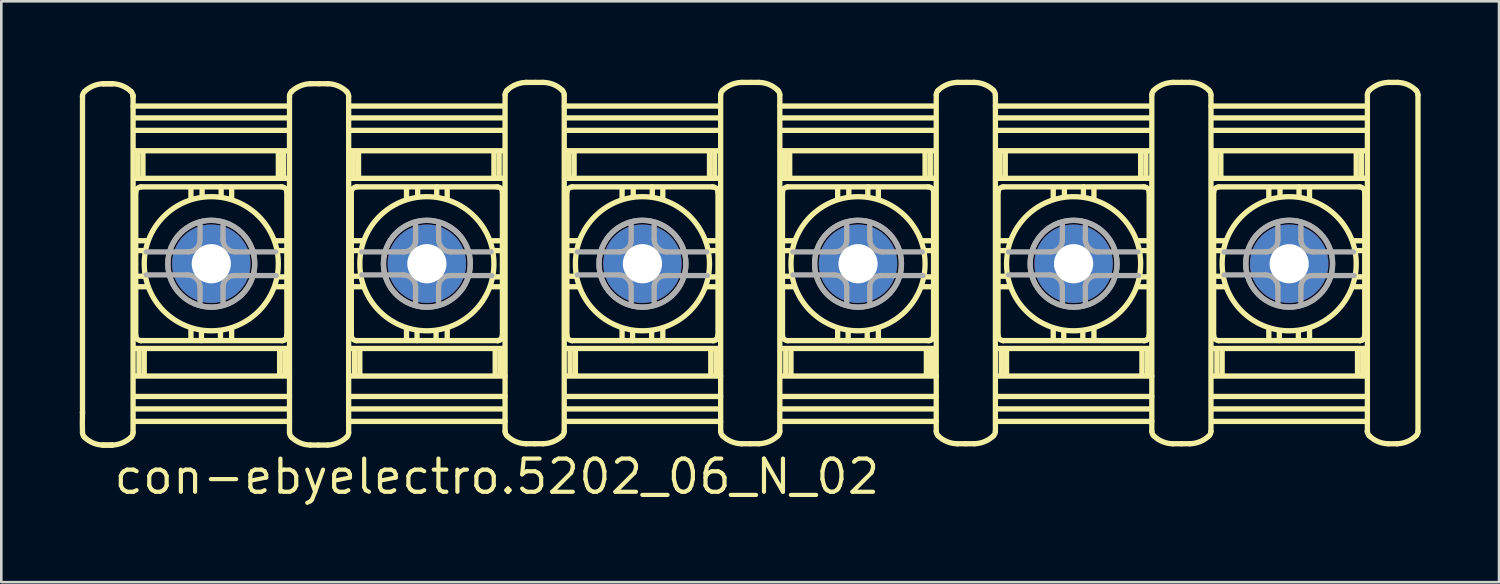
<source format=kicad_pcb>
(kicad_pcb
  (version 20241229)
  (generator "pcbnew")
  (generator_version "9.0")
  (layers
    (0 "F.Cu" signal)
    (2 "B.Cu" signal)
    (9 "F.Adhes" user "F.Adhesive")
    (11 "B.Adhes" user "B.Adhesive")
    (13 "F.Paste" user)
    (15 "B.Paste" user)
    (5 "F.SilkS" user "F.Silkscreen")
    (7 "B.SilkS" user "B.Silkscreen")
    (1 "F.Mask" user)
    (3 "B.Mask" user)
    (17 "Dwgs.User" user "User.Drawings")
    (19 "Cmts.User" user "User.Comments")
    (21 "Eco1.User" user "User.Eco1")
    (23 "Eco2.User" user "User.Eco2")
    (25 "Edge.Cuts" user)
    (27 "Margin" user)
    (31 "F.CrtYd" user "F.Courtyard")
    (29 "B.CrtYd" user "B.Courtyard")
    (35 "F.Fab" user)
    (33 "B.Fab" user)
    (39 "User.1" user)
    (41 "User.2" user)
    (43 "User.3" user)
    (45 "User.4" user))
  (footprint "con-ebyelectro.5202_06_N_02"
    (layer "F.Cu")
    (at 25.661 7.043)
    (property "Reference" "con-ebyelectro.5202_06_N_02" (at -24.435 8.89 0) (layer "F.SilkS") (effects (font (size 1.27 1.27) (thickness 0.16)) (justify left bottom)))
    (attr through_hole)
    (fp_line (start -25.554 -6.411) (end -25.554 5.682) (stroke (width 0.203) (type default)) (layer "F.SilkS"))
    (fp_line (start -25.554 5.682) (end -25.554 5.707) (stroke (width 0.203) (type default)) (layer "F.SilkS"))
    (fp_line (start -23.618 -6.411) (end -23.618 -6.436) (stroke (width 0.203) (type default)) (layer "F.SilkS"))
    (fp_line (start -23.618 6.461) (end -23.618 -6.411) (stroke (width 0.203) (type default)) (layer "F.SilkS"))
    (fp_line (start -23.592 3.243) (end -17.683 3.243) (stroke (width 0.203) (type default)) (layer "F.SilkS"))
    (fp_line (start -23.592 4.299) (end -17.633 4.299) (stroke (width 0.203) (type default)) (layer "F.SilkS"))
    (fp_line (start -23.592 5.079) (end -17.633 5.079) (stroke (width 0.203) (type default)) (layer "F.SilkS"))
    (fp_line (start -23.592 5.556) (end -17.658 5.556) (stroke (width 0.203) (type default)) (layer "F.SilkS"))
    (fp_line (start -23.592 6.034) (end -17.633 6.034) (stroke (width 0.203) (type default)) (layer "F.SilkS"))
    (fp_line (start -23.567 0.88) (end -23.064 0.88) (stroke (width 0.203) (type default)) (layer "F.SilkS"))
    (fp_line (start -23.516 -2.741) (end -23.516 2.74) (stroke (width 0.203) (type default)) (layer "F.SilkS"))
    (fp_line (start -23.491 -0.88) (end -23.064 -0.88) (stroke (width 0.203) (type default)) (layer "F.SilkS"))
    (fp_line (start -23.491 -0.503) (end -23.164 -0.503) (stroke (width 0.203) (type default)) (layer "F.SilkS"))
    (fp_line (start -23.491 0.478) (end -23.164 0.478) (stroke (width 0.203) (type default)) (layer "F.SilkS"))
    (fp_line (start -23.439 -3.319) (end -23.439 -4.299) (stroke (width 0.203) (type default)) (layer "F.SilkS"))
    (fp_line (start -23.391 3.268) (end -23.391 4.274) (stroke (width 0.203) (type default)) (layer "F.SilkS"))
    (fp_line (start -23.315 2.942) (end -23.315 2.942) (stroke (width 0.203) (type default)) (layer "F.SilkS"))
    (fp_line (start -23.315 2.942) (end -17.91 2.942) (stroke (width 0.203) (type default)) (layer "F.SilkS"))
    (fp_line (start -23.24 -3.294) (end -23.24 -4.274) (stroke (width 0.203) (type default)) (layer "F.SilkS"))
    (fp_line (start -23.191 3.293) (end -23.191 4.274) (stroke (width 0.203) (type default)) (layer "F.SilkS"))
    (fp_line (start -21.404 -2.464) (end -21.404 -2.917) (stroke (width 0.203) (type default)) (layer "F.SilkS"))
    (fp_line (start -21.404 2.917) (end -21.404 2.489) (stroke (width 0.203) (type default)) (layer "F.SilkS"))
    (fp_line (start -21.002 2.942) (end -21.002 2.564) (stroke (width 0.203) (type default)) (layer "F.SilkS"))
    (fp_line (start -20.977 -2.564) (end -20.977 -2.917) (stroke (width 0.203) (type default)) (layer "F.SilkS"))
    (fp_line (start -20.273 2.564) (end -20.273 2.917) (stroke (width 0.203) (type default)) (layer "F.SilkS"))
    (fp_line (start -20.248 -2.942) (end -20.248 -2.564) (stroke (width 0.203) (type default)) (layer "F.SilkS"))
    (fp_line (start -19.846 -2.917) (end -19.846 -2.489) (stroke (width 0.203) (type default)) (layer "F.SilkS"))
    (fp_line (start -19.846 2.464) (end -19.846 2.917) (stroke (width 0.203) (type default)) (layer "F.SilkS"))
    (fp_line (start -18.059 -3.319) (end -18.059 -4.274) (stroke (width 0.203) (type default)) (layer "F.SilkS"))
    (fp_line (start -18.01 3.294) (end -18.01 4.274) (stroke (width 0.203) (type default)) (layer "F.SilkS"))
    (fp_line (start -17.936 -2.942) (end -23.317 -2.942) (stroke (width 0.203) (type default)) (layer "F.SilkS"))
    (fp_line (start -17.859 -3.294) (end -17.859 -4.249) (stroke (width 0.203) (type default)) (layer "F.SilkS"))
    (fp_line (start -17.811 3.293) (end -17.811 4.274) (stroke (width 0.203) (type default)) (layer "F.SilkS"))
    (fp_line (start -17.759 -0.88) (end -18.186 -0.88) (stroke (width 0.203) (type default)) (layer "F.SilkS"))
    (fp_line (start -17.759 -0.503) (end -18.061 -0.503) (stroke (width 0.203) (type default)) (layer "F.SilkS"))
    (fp_line (start -17.759 0.503) (end -18.086 0.503) (stroke (width 0.203) (type default)) (layer "F.SilkS"))
    (fp_line (start -17.759 0.88) (end -18.186 0.88) (stroke (width 0.203) (type default)) (layer "F.SilkS"))
    (fp_line (start -17.734 2.766) (end -17.734 -2.74) (stroke (width 0.203) (type default)) (layer "F.SilkS"))
    (fp_line (start -17.682 -5.581) (end -23.59 -5.581) (stroke (width 0.203) (type default)) (layer "F.SilkS"))
    (fp_line (start -17.682 -5.104) (end -23.59 -5.104) (stroke (width 0.203) (type default)) (layer "F.SilkS"))
    (fp_line (start -17.682 -4.324) (end -23.59 -4.324) (stroke (width 0.203) (type default)) (layer "F.SilkS"))
    (fp_line (start -17.682 -3.268) (end -23.54 -3.268) (stroke (width 0.203) (type default)) (layer "F.SilkS"))
    (fp_line (start -17.658 -6.034) (end -23.617 -6.034) (stroke (width 0.203) (type default)) (layer "F.SilkS"))
    (fp_line (start -17.632 -6.411) (end -17.632 6.462) (stroke (width 0.203) (type default)) (layer "F.SilkS"))
    (fp_line (start -15.368 6.461) (end -15.368 -6.411) (stroke (width 0.203) (type default)) (layer "F.SilkS"))
    (fp_line (start -15.342 3.243) (end -9.433 3.243) (stroke (width 0.203) (type default)) (layer "F.SilkS"))
    (fp_line (start -15.342 4.299) (end -9.383 4.299) (stroke (width 0.203) (type default)) (layer "F.SilkS"))
    (fp_line (start -15.342 5.079) (end -9.383 5.079) (stroke (width 0.203) (type default)) (layer "F.SilkS"))
    (fp_line (start -15.342 5.556) (end -9.408 5.556) (stroke (width 0.203) (type default)) (layer "F.SilkS"))
    (fp_line (start -15.342 6.034) (end -9.383 6.034) (stroke (width 0.203) (type default)) (layer "F.SilkS"))
    (fp_line (start -15.317 0.88) (end -14.814 0.88) (stroke (width 0.203) (type default)) (layer "F.SilkS"))
    (fp_line (start -15.266 -2.741) (end -15.266 2.74) (stroke (width 0.203) (type default)) (layer "F.SilkS"))
    (fp_line (start -15.241 -0.88) (end -14.814 -0.88) (stroke (width 0.203) (type default)) (layer "F.SilkS"))
    (fp_line (start -15.241 -0.503) (end -14.914 -0.503) (stroke (width 0.203) (type default)) (layer "F.SilkS"))
    (fp_line (start -15.241 0.478) (end -14.914 0.478) (stroke (width 0.203) (type default)) (layer "F.SilkS"))
    (fp_line (start -15.19 -3.319) (end -15.19 -4.299) (stroke (width 0.203) (type default)) (layer "F.SilkS"))
    (fp_line (start -15.141 3.268) (end -15.141 4.274) (stroke (width 0.203) (type default)) (layer "F.SilkS"))
    (fp_line (start -15.065 2.942) (end -15.065 2.942) (stroke (width 0.203) (type default)) (layer "F.SilkS"))
    (fp_line (start -15.065 2.942) (end -9.66 2.942) (stroke (width 0.203) (type default)) (layer "F.SilkS"))
    (fp_line (start -14.99 -3.294) (end -14.99 -4.274) (stroke (width 0.203) (type default)) (layer "F.SilkS"))
    (fp_line (start -14.941 3.293) (end -14.941 4.274) (stroke (width 0.203) (type default)) (layer "F.SilkS"))
    (fp_line (start -13.154 -2.464) (end -13.154 -2.917) (stroke (width 0.203) (type default)) (layer "F.SilkS"))
    (fp_line (start -13.154 2.917) (end -13.154 2.489) (stroke (width 0.203) (type default)) (layer "F.SilkS"))
    (fp_line (start -12.752 2.942) (end -12.752 2.564) (stroke (width 0.203) (type default)) (layer "F.SilkS"))
    (fp_line (start -12.727 -2.564) (end -12.727 -2.917) (stroke (width 0.203) (type default)) (layer "F.SilkS"))
    (fp_line (start -12.023 2.564) (end -12.023 2.917) (stroke (width 0.203) (type default)) (layer "F.SilkS"))
    (fp_line (start -11.998 -2.942) (end -11.998 -2.564) (stroke (width 0.203) (type default)) (layer "F.SilkS"))
    (fp_line (start -11.596 -2.917) (end -11.596 -2.489) (stroke (width 0.203) (type default)) (layer "F.SilkS"))
    (fp_line (start -11.596 2.464) (end -11.596 2.917) (stroke (width 0.203) (type default)) (layer "F.SilkS"))
    (fp_line (start -9.809 -3.319) (end -9.809 -4.274) (stroke (width 0.203) (type default)) (layer "F.SilkS"))
    (fp_line (start -9.76 3.294) (end -9.76 4.274) (stroke (width 0.203) (type default)) (layer "F.SilkS"))
    (fp_line (start -9.686 -2.942) (end -15.067 -2.942) (stroke (width 0.203) (type default)) (layer "F.SilkS"))
    (fp_line (start -9.609 -3.294) (end -9.609 -4.249) (stroke (width 0.203) (type default)) (layer "F.SilkS"))
    (fp_line (start -9.56 3.293) (end -9.56 4.274) (stroke (width 0.203) (type default)) (layer "F.SilkS"))
    (fp_line (start -9.509 -0.88) (end -9.936 -0.88) (stroke (width 0.203) (type default)) (layer "F.SilkS"))
    (fp_line (start -9.509 -0.503) (end -9.81 -0.503) (stroke (width 0.203) (type default)) (layer "F.SilkS"))
    (fp_line (start -9.509 0.503) (end -9.836 0.503) (stroke (width 0.203) (type default)) (layer "F.SilkS"))
    (fp_line (start -9.509 0.88) (end -9.936 0.88) (stroke (width 0.203) (type default)) (layer "F.SilkS"))
    (fp_line (start -9.484 2.766) (end -9.484 -2.74) (stroke (width 0.203) (type default)) (layer "F.SilkS"))
    (fp_line (start -9.432 -5.581) (end -15.34 -5.581) (stroke (width 0.203) (type default)) (layer "F.SilkS"))
    (fp_line (start -9.432 -5.104) (end -15.34 -5.104) (stroke (width 0.203) (type default)) (layer "F.SilkS"))
    (fp_line (start -9.432 -4.324) (end -15.34 -4.324) (stroke (width 0.203) (type default)) (layer "F.SilkS"))
    (fp_line (start -9.432 -3.268) (end -15.29 -3.268) (stroke (width 0.203) (type default)) (layer "F.SilkS"))
    (fp_line (start -9.408 -6.034) (end -15.367 -6.034) (stroke (width 0.203) (type default)) (layer "F.SilkS"))
    (fp_line (start -9.382 -6.461) (end -9.382 6.411) (stroke (width 0.203) (type default)) (layer "F.SilkS"))
    (fp_line (start -7.118 6.411) (end -7.118 -6.462) (stroke (width 0.203) (type default)) (layer "F.SilkS"))
    (fp_line (start -7.092 3.243) (end -1.183 3.243) (stroke (width 0.203) (type default)) (layer "F.SilkS"))
    (fp_line (start -7.092 4.299) (end -1.133 4.299) (stroke (width 0.203) (type default)) (layer "F.SilkS"))
    (fp_line (start -7.092 5.079) (end -1.133 5.079) (stroke (width 0.203) (type default)) (layer "F.SilkS"))
    (fp_line (start -7.092 5.556) (end -1.158 5.556) (stroke (width 0.203) (type default)) (layer "F.SilkS"))
    (fp_line (start -7.092 6.034) (end -1.133 6.034) (stroke (width 0.203) (type default)) (layer "F.SilkS"))
    (fp_line (start -7.067 0.88) (end -6.564 0.88) (stroke (width 0.203) (type default)) (layer "F.SilkS"))
    (fp_line (start -7.016 -2.741) (end -7.016 2.74) (stroke (width 0.203) (type default)) (layer "F.SilkS"))
    (fp_line (start -6.991 -0.88) (end -6.564 -0.88) (stroke (width 0.203) (type default)) (layer "F.SilkS"))
    (fp_line (start -6.991 -0.503) (end -6.664 -0.503) (stroke (width 0.203) (type default)) (layer "F.SilkS"))
    (fp_line (start -6.991 0.478) (end -6.664 0.478) (stroke (width 0.203) (type default)) (layer "F.SilkS"))
    (fp_line (start -6.939 -3.319) (end -6.939 -4.299) (stroke (width 0.203) (type default)) (layer "F.SilkS"))
    (fp_line (start -6.891 3.268) (end -6.891 4.274) (stroke (width 0.203) (type default)) (layer "F.SilkS"))
    (fp_line (start -6.815 2.942) (end -6.815 2.942) (stroke (width 0.203) (type default)) (layer "F.SilkS"))
    (fp_line (start -6.815 2.942) (end -1.41 2.942) (stroke (width 0.203) (type default)) (layer "F.SilkS"))
    (fp_line (start -6.74 -3.294) (end -6.74 -4.274) (stroke (width 0.203) (type default)) (layer "F.SilkS"))
    (fp_line (start -6.691 3.293) (end -6.691 4.274) (stroke (width 0.203) (type default)) (layer "F.SilkS"))
    (fp_line (start -4.904 -2.464) (end -4.904 -2.917) (stroke (width 0.203) (type default)) (layer "F.SilkS"))
    (fp_line (start -4.904 2.917) (end -4.904 2.489) (stroke (width 0.203) (type default)) (layer "F.SilkS"))
    (fp_line (start -4.502 2.942) (end -4.502 2.564) (stroke (width 0.203) (type default)) (layer "F.SilkS"))
    (fp_line (start -4.477 -2.564) (end -4.477 -2.917) (stroke (width 0.203) (type default)) (layer "F.SilkS"))
    (fp_line (start -3.773 2.564) (end -3.773 2.917) (stroke (width 0.203) (type default)) (layer "F.SilkS"))
    (fp_line (start -3.748 -2.942) (end -3.748 -2.564) (stroke (width 0.203) (type default)) (layer "F.SilkS"))
    (fp_line (start -3.346 -2.917) (end -3.346 -2.489) (stroke (width 0.203) (type default)) (layer "F.SilkS"))
    (fp_line (start -3.346 2.464) (end -3.346 2.917) (stroke (width 0.203) (type default)) (layer "F.SilkS"))
    (fp_line (start -1.559 -3.319) (end -1.559 -4.274) (stroke (width 0.203) (type default)) (layer "F.SilkS"))
    (fp_line (start -1.51 3.294) (end -1.51 4.274) (stroke (width 0.203) (type default)) (layer "F.SilkS"))
    (fp_line (start -1.436 -2.942) (end -6.817 -2.942) (stroke (width 0.203) (type default)) (layer "F.SilkS"))
    (fp_line (start -1.359 -3.294) (end -1.359 -4.249) (stroke (width 0.203) (type default)) (layer "F.SilkS"))
    (fp_line (start -1.31 3.293) (end -1.31 4.274) (stroke (width 0.203) (type default)) (layer "F.SilkS"))
    (fp_line (start -1.259 -0.88) (end -1.686 -0.88) (stroke (width 0.203) (type default)) (layer "F.SilkS"))
    (fp_line (start -1.259 -0.503) (end -1.56 -0.503) (stroke (width 0.203) (type default)) (layer "F.SilkS"))
    (fp_line (start -1.259 0.503) (end -1.586 0.503) (stroke (width 0.203) (type default)) (layer "F.SilkS"))
    (fp_line (start -1.259 0.88) (end -1.686 0.88) (stroke (width 0.203) (type default)) (layer "F.SilkS"))
    (fp_line (start -1.234 2.766) (end -1.234 -2.74) (stroke (width 0.203) (type default)) (layer "F.SilkS"))
    (fp_line (start -1.182 -5.581) (end -7.09 -5.581) (stroke (width 0.203) (type default)) (layer "F.SilkS"))
    (fp_line (start -1.182 -5.104) (end -7.09 -5.104) (stroke (width 0.203) (type default)) (layer "F.SilkS"))
    (fp_line (start -1.182 -4.324) (end -7.09 -4.324) (stroke (width 0.203) (type default)) (layer "F.SilkS"))
    (fp_line (start -1.182 -3.268) (end -7.04 -3.268) (stroke (width 0.203) (type default)) (layer "F.SilkS"))
    (fp_line (start -1.158 -6.034) (end -7.117 -6.034) (stroke (width 0.203) (type default)) (layer "F.SilkS"))
    (fp_line (start -1.132 -6.461) (end -1.132 6.411) (stroke (width 0.203) (type default)) (layer "F.SilkS"))
    (fp_line (start 1.132 6.411) (end 1.132 -6.462) (stroke (width 0.203) (type default)) (layer "F.SilkS"))
    (fp_line (start 1.158 3.243) (end 7.067 3.243) (stroke (width 0.203) (type default)) (layer "F.SilkS"))
    (fp_line (start 1.158 4.299) (end 7.117 4.299) (stroke (width 0.203) (type default)) (layer "F.SilkS"))
    (fp_line (start 1.158 5.079) (end 7.117 5.079) (stroke (width 0.203) (type default)) (layer "F.SilkS"))
    (fp_line (start 1.158 5.556) (end 7.092 5.556) (stroke (width 0.203) (type default)) (layer "F.SilkS"))
    (fp_line (start 1.158 6.034) (end 7.117 6.034) (stroke (width 0.203) (type default)) (layer "F.SilkS"))
    (fp_line (start 1.183 0.88) (end 1.686 0.88) (stroke (width 0.203) (type default)) (layer "F.SilkS"))
    (fp_line (start 1.234 -2.741) (end 1.234 2.74) (stroke (width 0.203) (type default)) (layer "F.SilkS"))
    (fp_line (start 1.259 -0.88) (end 1.686 -0.88) (stroke (width 0.203) (type default)) (layer "F.SilkS"))
    (fp_line (start 1.259 -0.503) (end 1.586 -0.503) (stroke (width 0.203) (type default)) (layer "F.SilkS"))
    (fp_line (start 1.259 0.478) (end 1.586 0.478) (stroke (width 0.203) (type default)) (layer "F.SilkS"))
    (fp_line (start 1.31 -3.319) (end 1.31 -4.299) (stroke (width 0.203) (type default)) (layer "F.SilkS"))
    (fp_line (start 1.359 3.268) (end 1.359 4.274) (stroke (width 0.203) (type default)) (layer "F.SilkS"))
    (fp_line (start 1.435 2.942) (end 1.435 2.942) (stroke (width 0.203) (type default)) (layer "F.SilkS"))
    (fp_line (start 1.435 2.942) (end 6.84 2.942) (stroke (width 0.203) (type default)) (layer "F.SilkS"))
    (fp_line (start 1.51 -3.294) (end 1.51 -4.274) (stroke (width 0.203) (type default)) (layer "F.SilkS"))
    (fp_line (start 1.559 3.293) (end 1.559 4.274) (stroke (width 0.203) (type default)) (layer "F.SilkS"))
    (fp_line (start 3.346 -2.464) (end 3.346 -2.917) (stroke (width 0.203) (type default)) (layer "F.SilkS"))
    (fp_line (start 3.346 2.917) (end 3.346 2.489) (stroke (width 0.203) (type default)) (layer "F.SilkS"))
    (fp_line (start 3.748 2.942) (end 3.748 2.564) (stroke (width 0.203) (type default)) (layer "F.SilkS"))
    (fp_line (start 3.773 -2.564) (end 3.773 -2.917) (stroke (width 0.203) (type default)) (layer "F.SilkS"))
    (fp_line (start 4.477 2.564) (end 4.477 2.917) (stroke (width 0.203) (type default)) (layer "F.SilkS"))
    (fp_line (start 4.502 -2.942) (end 4.502 -2.564) (stroke (width 0.203) (type default)) (layer "F.SilkS"))
    (fp_line (start 4.904 -2.917) (end 4.904 -2.489) (stroke (width 0.203) (type default)) (layer "F.SilkS"))
    (fp_line (start 4.904 2.464) (end 4.904 2.917) (stroke (width 0.203) (type default)) (layer "F.SilkS"))
    (fp_line (start 6.691 -3.319) (end 6.691 -4.274) (stroke (width 0.203) (type default)) (layer "F.SilkS"))
    (fp_line (start 6.74 3.294) (end 6.74 4.274) (stroke (width 0.203) (type default)) (layer "F.SilkS"))
    (fp_line (start 6.814 -2.942) (end 1.433 -2.942) (stroke (width 0.203) (type default)) (layer "F.SilkS"))
    (fp_line (start 6.891 -3.294) (end 6.891 -4.249) (stroke (width 0.203) (type default)) (layer "F.SilkS"))
    (fp_line (start 6.939 3.293) (end 6.939 4.274) (stroke (width 0.203) (type default)) (layer "F.SilkS"))
    (fp_line (start 6.991 -0.88) (end 6.564 -0.88) (stroke (width 0.203) (type default)) (layer "F.SilkS"))
    (fp_line (start 6.991 -0.503) (end 6.689 -0.503) (stroke (width 0.203) (type default)) (layer "F.SilkS"))
    (fp_line (start 6.991 0.503) (end 6.664 0.503) (stroke (width 0.203) (type default)) (layer "F.SilkS"))
    (fp_line (start 6.991 0.88) (end 6.564 0.88) (stroke (width 0.203) (type default)) (layer "F.SilkS"))
    (fp_line (start 7.016 2.766) (end 7.016 -2.74) (stroke (width 0.203) (type default)) (layer "F.SilkS"))
    (fp_line (start 7.068 -5.581) (end 1.16 -5.581) (stroke (width 0.203) (type default)) (layer "F.SilkS"))
    (fp_line (start 7.068 -5.104) (end 1.16 -5.104) (stroke (width 0.203) (type default)) (layer "F.SilkS"))
    (fp_line (start 7.068 -4.324) (end 1.16 -4.324) (stroke (width 0.203) (type default)) (layer "F.SilkS"))
    (fp_line (start 7.068 -3.268) (end 1.21 -3.268) (stroke (width 0.203) (type default)) (layer "F.SilkS"))
    (fp_line (start 7.092 -6.034) (end 1.133 -6.034) (stroke (width 0.203) (type default)) (layer "F.SilkS"))
    (fp_line (start 7.118 -6.461) (end 7.118 6.411) (stroke (width 0.203) (type default)) (layer "F.SilkS"))
    (fp_line (start 9.382 6.411) (end 9.382 -6.462) (stroke (width 0.203) (type default)) (layer "F.SilkS"))
    (fp_line (start 9.408 3.243) (end 15.317 3.243) (stroke (width 0.203) (type default)) (layer "F.SilkS"))
    (fp_line (start 9.408 4.299) (end 15.367 4.299) (stroke (width 0.203) (type default)) (layer "F.SilkS"))
    (fp_line (start 9.408 5.079) (end 15.367 5.079) (stroke (width 0.203) (type default)) (layer "F.SilkS"))
    (fp_line (start 9.408 5.556) (end 15.342 5.556) (stroke (width 0.203) (type default)) (layer "F.SilkS"))
    (fp_line (start 9.408 6.034) (end 15.367 6.034) (stroke (width 0.203) (type default)) (layer "F.SilkS"))
    (fp_line (start 9.433 0.88) (end 9.936 0.88) (stroke (width 0.203) (type default)) (layer "F.SilkS"))
    (fp_line (start 9.484 -2.741) (end 9.484 2.74) (stroke (width 0.203) (type default)) (layer "F.SilkS"))
    (fp_line (start 9.509 -0.88) (end 9.936 -0.88) (stroke (width 0.203) (type default)) (layer "F.SilkS"))
    (fp_line (start 9.509 -0.503) (end 9.836 -0.503) (stroke (width 0.203) (type default)) (layer "F.SilkS"))
    (fp_line (start 9.509 0.478) (end 9.836 0.478) (stroke (width 0.203) (type default)) (layer "F.SilkS"))
    (fp_line (start 9.56 -3.319) (end 9.56 -4.299) (stroke (width 0.203) (type default)) (layer "F.SilkS"))
    (fp_line (start 9.609 3.268) (end 9.609 4.274) (stroke (width 0.203) (type default)) (layer "F.SilkS"))
    (fp_line (start 9.685 2.942) (end 9.685 2.942) (stroke (width 0.203) (type default)) (layer "F.SilkS"))
    (fp_line (start 9.685 2.942) (end 15.09 2.942) (stroke (width 0.203) (type default)) (layer "F.SilkS"))
    (fp_line (start 9.76 -3.294) (end 9.76 -4.274) (stroke (width 0.203) (type default)) (layer "F.SilkS"))
    (fp_line (start 9.809 3.293) (end 9.809 4.274) (stroke (width 0.203) (type default)) (layer "F.SilkS"))
    (fp_line (start 11.596 -2.464) (end 11.596 -2.917) (stroke (width 0.203) (type default)) (layer "F.SilkS"))
    (fp_line (start 11.596 2.917) (end 11.596 2.489) (stroke (width 0.203) (type default)) (layer "F.SilkS"))
    (fp_line (start 11.998 2.942) (end 11.998 2.564) (stroke (width 0.203) (type default)) (layer "F.SilkS"))
    (fp_line (start 12.023 -2.564) (end 12.023 -2.917) (stroke (width 0.203) (type default)) (layer "F.SilkS"))
    (fp_line (start 12.727 2.564) (end 12.727 2.917) (stroke (width 0.203) (type default)) (layer "F.SilkS"))
    (fp_line (start 12.752 -2.942) (end 12.752 -2.564) (stroke (width 0.203) (type default)) (layer "F.SilkS"))
    (fp_line (start 13.154 -2.917) (end 13.154 -2.489) (stroke (width 0.203) (type default)) (layer "F.SilkS"))
    (fp_line (start 13.154 2.464) (end 13.154 2.917) (stroke (width 0.203) (type default)) (layer "F.SilkS"))
    (fp_line (start 14.941 -3.319) (end 14.941 -4.274) (stroke (width 0.203) (type default)) (layer "F.SilkS"))
    (fp_line (start 14.99 3.294) (end 14.99 4.274) (stroke (width 0.203) (type default)) (layer "F.SilkS"))
    (fp_line (start 15.064 -2.942) (end 9.683 -2.942) (stroke (width 0.203) (type default)) (layer "F.SilkS"))
    (fp_line (start 15.141 -3.294) (end 15.141 -4.249) (stroke (width 0.203) (type default)) (layer "F.SilkS"))
    (fp_line (start 15.19 3.293) (end 15.19 4.274) (stroke (width 0.203) (type default)) (layer "F.SilkS"))
    (fp_line (start 15.241 -0.88) (end 14.814 -0.88) (stroke (width 0.203) (type default)) (layer "F.SilkS"))
    (fp_line (start 15.241 -0.503) (end 14.94 -0.503) (stroke (width 0.203) (type default)) (layer "F.SilkS"))
    (fp_line (start 15.241 0.503) (end 14.914 0.503) (stroke (width 0.203) (type default)) (layer "F.SilkS"))
    (fp_line (start 15.241 0.88) (end 14.814 0.88) (stroke (width 0.203) (type default)) (layer "F.SilkS"))
    (fp_line (start 15.266 2.766) (end 15.266 -2.74) (stroke (width 0.203) (type default)) (layer "F.SilkS"))
    (fp_line (start 15.318 -5.581) (end 9.41 -5.581) (stroke (width 0.203) (type default)) (layer "F.SilkS"))
    (fp_line (start 15.318 -5.104) (end 9.41 -5.104) (stroke (width 0.203) (type default)) (layer "F.SilkS"))
    (fp_line (start 15.318 -4.324) (end 9.41 -4.324) (stroke (width 0.203) (type default)) (layer "F.SilkS"))
    (fp_line (start 15.318 -3.268) (end 9.46 -3.268) (stroke (width 0.203) (type default)) (layer "F.SilkS"))
    (fp_line (start 15.342 -6.034) (end 9.383 -6.034) (stroke (width 0.203) (type default)) (layer "F.SilkS"))
    (fp_line (start 15.368 -6.461) (end 15.368 6.411) (stroke (width 0.203) (type default)) (layer "F.SilkS"))
    (fp_line (start 17.632 6.411) (end 17.632 -6.462) (stroke (width 0.203) (type default)) (layer "F.SilkS"))
    (fp_line (start 17.658 3.243) (end 23.567 3.243) (stroke (width 0.203) (type default)) (layer "F.SilkS"))
    (fp_line (start 17.658 4.299) (end 23.617 4.299) (stroke (width 0.203) (type default)) (layer "F.SilkS"))
    (fp_line (start 17.658 5.079) (end 23.617 5.079) (stroke (width 0.203) (type default)) (layer "F.SilkS"))
    (fp_line (start 17.658 5.556) (end 23.592 5.556) (stroke (width 0.203) (type default)) (layer "F.SilkS"))
    (fp_line (start 17.658 6.034) (end 23.617 6.034) (stroke (width 0.203) (type default)) (layer "F.SilkS"))
    (fp_line (start 17.683 0.88) (end 18.186 0.88) (stroke (width 0.203) (type default)) (layer "F.SilkS"))
    (fp_line (start 17.734 -2.741) (end 17.734 2.74) (stroke (width 0.203) (type default)) (layer "F.SilkS"))
    (fp_line (start 17.759 -0.88) (end 18.186 -0.88) (stroke (width 0.203) (type default)) (layer "F.SilkS"))
    (fp_line (start 17.759 -0.503) (end 18.086 -0.503) (stroke (width 0.203) (type default)) (layer "F.SilkS"))
    (fp_line (start 17.759 0.478) (end 18.086 0.478) (stroke (width 0.203) (type default)) (layer "F.SilkS"))
    (fp_line (start 17.811 -3.319) (end 17.811 -4.299) (stroke (width 0.203) (type default)) (layer "F.SilkS"))
    (fp_line (start 17.859 3.268) (end 17.859 4.274) (stroke (width 0.203) (type default)) (layer "F.SilkS"))
    (fp_line (start 17.935 2.942) (end 17.935 2.942) (stroke (width 0.203) (type default)) (layer "F.SilkS"))
    (fp_line (start 17.935 2.942) (end 23.34 2.942) (stroke (width 0.203) (type default)) (layer "F.SilkS"))
    (fp_line (start 18.01 -3.294) (end 18.01 -4.274) (stroke (width 0.203) (type default)) (layer "F.SilkS"))
    (fp_line (start 18.059 3.293) (end 18.059 4.274) (stroke (width 0.203) (type default)) (layer "F.SilkS"))
    (fp_line (start 19.846 -2.464) (end 19.846 -2.917) (stroke (width 0.203) (type default)) (layer "F.SilkS"))
    (fp_line (start 19.846 2.917) (end 19.846 2.489) (stroke (width 0.203) (type default)) (layer "F.SilkS"))
    (fp_line (start 20.248 2.942) (end 20.248 2.564) (stroke (width 0.203) (type default)) (layer "F.SilkS"))
    (fp_line (start 20.273 -2.564) (end 20.273 -2.917) (stroke (width 0.203) (type default)) (layer "F.SilkS"))
    (fp_line (start 20.977 2.564) (end 20.977 2.917) (stroke (width 0.203) (type default)) (layer "F.SilkS"))
    (fp_line (start 21.002 -2.942) (end 21.002 -2.564) (stroke (width 0.203) (type default)) (layer "F.SilkS"))
    (fp_line (start 21.404 -2.917) (end 21.404 -2.489) (stroke (width 0.203) (type default)) (layer "F.SilkS"))
    (fp_line (start 21.404 2.464) (end 21.404 2.917) (stroke (width 0.203) (type default)) (layer "F.SilkS"))
    (fp_line (start 23.191 -3.319) (end 23.191 -4.274) (stroke (width 0.203) (type default)) (layer "F.SilkS"))
    (fp_line (start 23.24 3.294) (end 23.24 4.274) (stroke (width 0.203) (type default)) (layer "F.SilkS"))
    (fp_line (start 23.314 -2.942) (end 17.933 -2.942) (stroke (width 0.203) (type default)) (layer "F.SilkS"))
    (fp_line (start 23.391 -3.294) (end 23.391 -4.249) (stroke (width 0.203) (type default)) (layer "F.SilkS"))
    (fp_line (start 23.439 3.293) (end 23.439 4.274) (stroke (width 0.203) (type default)) (layer "F.SilkS"))
    (fp_line (start 23.491 -0.88) (end 23.064 -0.88) (stroke (width 0.203) (type default)) (layer "F.SilkS"))
    (fp_line (start 23.491 -0.503) (end 23.189 -0.503) (stroke (width 0.203) (type default)) (layer "F.SilkS"))
    (fp_line (start 23.491 0.503) (end 23.164 0.503) (stroke (width 0.203) (type default)) (layer "F.SilkS"))
    (fp_line (start 23.491 0.88) (end 23.064 0.88) (stroke (width 0.203) (type default)) (layer "F.SilkS"))
    (fp_line (start 23.516 2.766) (end 23.516 -2.74) (stroke (width 0.203) (type default)) (layer "F.SilkS"))
    (fp_line (start 23.568 -5.581) (end 17.66 -5.581) (stroke (width 0.203) (type default)) (layer "F.SilkS"))
    (fp_line (start 23.568 -5.104) (end 17.66 -5.104) (stroke (width 0.203) (type default)) (layer "F.SilkS"))
    (fp_line (start 23.568 -4.324) (end 17.66 -4.324) (stroke (width 0.203) (type default)) (layer "F.SilkS"))
    (fp_line (start 23.568 -3.268) (end 17.71 -3.268) (stroke (width 0.203) (type default)) (layer "F.SilkS"))
    (fp_line (start 23.592 -6.034) (end 17.633 -6.034) (stroke (width 0.203) (type default)) (layer "F.SilkS"))
    (fp_line (start 23.618 -6.461) (end 23.618 6.411) (stroke (width 0.203) (type default)) (layer "F.SilkS"))
    (fp_line (start 23.618 6.411) (end 23.618 6.436) (stroke (width 0.203) (type default)) (layer "F.SilkS"))
    (fp_line (start 25.554 6.411) (end 25.554 -6.461) (stroke (width 0.203) (type default)) (layer "F.SilkS"))
    (fp_arc (start -25.5543 -6.4114) (mid -25.53464 -6.507115) (end -25.4788 -6.5873) (stroke (width 0.2032) (type default)) (layer "F.SilkS"))
    (fp_arc (start -25.5543 6.4614) (mid -25.559282 6.0717) (end -25.5543 5.682) (stroke (width 0.2032) (type default)) (layer "F.SilkS"))
    (fp_arc (start -25.4788 -6.5873) (mid -25.142278 -6.805911) (end -24.7497 -6.8891) (stroke (width 0.2032) (type default)) (layer "F.SilkS"))
    (fp_arc (start -25.4788 6.6373) (mid -25.533454 6.556605) (end -25.5543 6.4614) (stroke (width 0.2032) (type default)) (layer "F.SilkS"))
    (fp_arc (start -24.7749 6.9391) (mid -25.155904 6.855963) (end -25.4788 6.6373) (stroke (width 0.2032) (type default)) (layer "F.SilkS"))
    (fp_arc (start -24.7497 -6.8891) (mid -24.58625 -6.891161) (end -24.4228 -6.8891) (stroke (width 0.2032) (type default)) (layer "F.SilkS"))
    (fp_arc (start -24.7497 -6.8891) (mid -24.58625 -6.891161) (end -24.4228 -6.8891) (stroke (width 0.2032) (type default)) (layer "F.SilkS"))
    (fp_arc (start -24.4229 6.9391) (mid -24.5989 6.94132) (end -24.7749 6.9391) (stroke (width 0.2032) (type default)) (layer "F.SilkS"))
    (fp_arc (start -24.4229 6.9391) (mid -24.5989 6.94132) (end -24.7749 6.9391) (stroke (width 0.2032) (type default)) (layer "F.SilkS"))
    (fp_arc (start -24.4228 -6.8891) (mid -24.02925 -6.808371) (end -23.6938 -6.5873) (stroke (width 0.2032) (type default)) (layer "F.SilkS"))
    (fp_arc (start -23.6938 -6.5873) (mid -23.639146 -6.506605) (end -23.6183 -6.4114) (stroke (width 0.2032) (type default)) (layer "F.SilkS"))
    (fp_arc (start -23.6938 6.6373) (mid -24.030328 6.855897) (end -24.4229 6.9391) (stroke (width 0.2032) (type default)) (layer "F.SilkS"))
    (fp_arc (start -23.6183 6.4614) (mid -23.63796 6.557115) (end -23.6938 6.6373) (stroke (width 0.2032) (type default)) (layer "F.SilkS"))
    (fp_arc (start -23.5163 -2.7406) (mid -23.454503 -2.878969) (end -23.3166 -2.9418) (stroke (width 0.2032) (type default)) (layer "F.SilkS"))
    (fp_arc (start -23.3151 2.9416) (mid -23.45737 2.88267) (end -23.5163 2.7404) (stroke (width 0.2032) (type default)) (layer "F.SilkS"))
    (fp_arc (start -17.9349 -2.9417) (mid -17.79263 -2.88277) (end -17.7337 -2.7405) (stroke (width 0.2032) (type default)) (layer "F.SilkS"))
    (fp_arc (start -17.7337 2.7657) (mid -17.78522 2.89008) (end -17.9096 2.9416) (stroke (width 0.2032) (type default)) (layer "F.SilkS"))
    (fp_arc (start -17.7322 2.7406) (mid -17.79113 2.88287) (end -17.9334 2.9418) (stroke (width 0.2032) (type default)) (layer "F.SilkS"))
    (fp_arc (start -17.6317 -6.4111) (mid -17.61204 -6.506815) (end -17.5562 -6.587) (stroke (width 0.2032) (type default)) (layer "F.SilkS"))
    (fp_arc (start -17.5562 -6.587) (mid -17.219672 -6.805597) (end -16.8271 -6.8888) (stroke (width 0.2032) (type default)) (layer "F.SilkS"))
    (fp_arc (start -17.5562 6.6376) (mid -17.610854 6.556905) (end -17.6317 6.4617) (stroke (width 0.2032) (type default)) (layer "F.SilkS"))
    (fp_arc (start -16.8272 6.9394) (mid -17.22075 6.858671) (end -17.5562 6.6376) (stroke (width 0.2032) (type default)) (layer "F.SilkS"))
    (fp_arc (start -16.8271 -6.8888) (mid -16.664401 -6.890883) (end -16.5017 -6.8889) (stroke (width 0.2032) (type default)) (layer "F.SilkS"))
    (fp_arc (start -16.5269 6.9392) (mid -16.677049 6.941177) (end -16.8272 6.9394) (stroke (width 0.2032) (type default)) (layer "F.SilkS"))
    (fp_arc (start -16.5017 -6.8889) (mid -16.337251 -6.891055) (end -16.1728 -6.8891) (stroke (width 0.2032) (type default)) (layer "F.SilkS"))
    (fp_arc (start -16.1729 6.9391) (mid -16.349899 6.941362) (end -16.5269 6.9392) (stroke (width 0.2032) (type default)) (layer "F.SilkS"))
    (fp_arc (start -16.1728 -6.8891) (mid -15.77925 -6.808371) (end -15.4438 -6.5873) (stroke (width 0.2032) (type default)) (layer "F.SilkS"))
    (fp_arc (start -15.4438 -6.5873) (mid -15.389146 -6.506605) (end -15.3683 -6.4114) (stroke (width 0.2032) (type default)) (layer "F.SilkS"))
    (fp_arc (start -15.4438 6.6373) (mid -15.780328 6.855897) (end -16.1729 6.9391) (stroke (width 0.2032) (type default)) (layer "F.SilkS"))
    (fp_arc (start -15.3683 6.4614) (mid -15.38796 6.557115) (end -15.4438 6.6373) (stroke (width 0.2032) (type default)) (layer "F.SilkS"))
    (fp_arc (start -15.2663 -2.7406) (mid -15.204503 -2.878969) (end -15.0666 -2.9418) (stroke (width 0.2032) (type default)) (layer "F.SilkS"))
    (fp_arc (start -15.0651 2.9416) (mid -15.20737 2.88267) (end -15.2663 2.7404) (stroke (width 0.2032) (type default)) (layer "F.SilkS"))
    (fp_arc (start -9.6849 -2.9417) (mid -9.54263 -2.88277) (end -9.4837 -2.7405) (stroke (width 0.2032) (type default)) (layer "F.SilkS"))
    (fp_arc (start -9.4837 2.7657) (mid -9.53522 2.89008) (end -9.6596 2.9416) (stroke (width 0.2032) (type default)) (layer "F.SilkS"))
    (fp_arc (start -9.4822 2.7406) (mid -9.54113 2.88287) (end -9.6834 2.9418) (stroke (width 0.2032) (type default)) (layer "F.SilkS"))
    (fp_arc (start -9.3817 -6.4614) (mid -9.36204 -6.557115) (end -9.3062 -6.6373) (stroke (width 0.2032) (type default)) (layer "F.SilkS"))
    (fp_arc (start -9.3062 -6.6373) (mid -8.969672 -6.855897) (end -8.5771 -6.9391) (stroke (width 0.2032) (type default)) (layer "F.SilkS"))
    (fp_arc (start -9.3062 6.5873) (mid -9.360854 6.506605) (end -9.3817 6.4114) (stroke (width 0.2032) (type default)) (layer "F.SilkS"))
    (fp_arc (start -8.5772 6.8891) (mid -8.97075 6.808371) (end -9.3062 6.5873) (stroke (width 0.2032) (type default)) (layer "F.SilkS"))
    (fp_arc (start -8.5771 -6.9391) (mid -8.400101 -6.941362) (end -8.2231 -6.9392) (stroke (width 0.2032) (type default)) (layer "F.SilkS"))
    (fp_arc (start -8.2483 6.8889) (mid -8.412749 6.891055) (end -8.5772 6.8891) (stroke (width 0.2032) (type default)) (layer "F.SilkS"))
    (fp_arc (start -8.2231 -6.9392) (mid -8.072951 -6.941177) (end -7.9228 -6.9394) (stroke (width 0.2032) (type default)) (layer "F.SilkS"))
    (fp_arc (start -7.9229 6.8888) (mid -8.085599 6.890883) (end -8.2483 6.8889) (stroke (width 0.2032) (type default)) (layer "F.SilkS"))
    (fp_arc (start -7.9228 -6.9394) (mid -7.52925 -6.858671) (end -7.1938 -6.6376) (stroke (width 0.2032) (type default)) (layer "F.SilkS"))
    (fp_arc (start -7.1938 -6.6376) (mid -7.139146 -6.556905) (end -7.1183 -6.4617) (stroke (width 0.2032) (type default)) (layer "F.SilkS"))
    (fp_arc (start -7.1938 6.587) (mid -7.530328 6.805597) (end -7.9229 6.8888) (stroke (width 0.2032) (type default)) (layer "F.SilkS"))
    (fp_arc (start -7.1183 6.4111) (mid -7.13796 6.506815) (end -7.1938 6.587) (stroke (width 0.2032) (type default)) (layer "F.SilkS"))
    (fp_arc (start -7.0163 -2.7406) (mid -6.954503 -2.878969) (end -6.8166 -2.9418) (stroke (width 0.2032) (type default)) (layer "F.SilkS"))
    (fp_arc (start -6.8151 2.9416) (mid -6.95737 2.88267) (end -7.0163 2.7404) (stroke (width 0.2032) (type default)) (layer "F.SilkS"))
    (fp_arc (start -1.4349 -2.9417) (mid -1.29263 -2.88277) (end -1.2337 -2.7405) (stroke (width 0.2032) (type default)) (layer "F.SilkS"))
    (fp_arc (start -1.2337 2.7657) (mid -1.28522 2.89008) (end -1.4096 2.9416) (stroke (width 0.2032) (type default)) (layer "F.SilkS"))
    (fp_arc (start -1.2322 2.7406) (mid -1.29113 2.88287) (end -1.4334 2.9418) (stroke (width 0.2032) (type default)) (layer "F.SilkS"))
    (fp_arc (start -1.1317 -6.4614) (mid -1.11204 -6.557115) (end -1.0562 -6.6373) (stroke (width 0.2032) (type default)) (layer "F.SilkS"))
    (fp_arc (start -1.0562 -6.6373) (mid -0.719672 -6.855897) (end -0.3271 -6.9391) (stroke (width 0.2032) (type default)) (layer "F.SilkS"))
    (fp_arc (start -1.0562 6.5873) (mid -1.110854 6.506605) (end -1.1317 6.4114) (stroke (width 0.2032) (type default)) (layer "F.SilkS"))
    (fp_arc (start -0.3272 6.8891) (mid -0.72075 6.808371) (end -1.0562 6.5873) (stroke (width 0.2032) (type default)) (layer "F.SilkS"))
    (fp_arc (start -0.3271 -6.9391) (mid -0.150101 -6.941362) (end 0.0269 -6.9392) (stroke (width 0.2032) (type default)) (layer "F.SilkS"))
    (fp_arc (start 0.0017 6.8889) (mid -0.162749 6.891055) (end -0.3272 6.8891) (stroke (width 0.2032) (type default)) (layer "F.SilkS"))
    (fp_arc (start 0.0269 -6.9392) (mid 0.177049 -6.941177) (end 0.3272 -6.9394) (stroke (width 0.2032) (type default)) (layer "F.SilkS"))
    (fp_arc (start 0.3271 6.8888) (mid 0.164401 6.890883) (end 0.0017 6.8889) (stroke (width 0.2032) (type default)) (layer "F.SilkS"))
    (fp_arc (start 0.3272 -6.9394) (mid 0.72075 -6.858671) (end 1.0562 -6.6376) (stroke (width 0.2032) (type default)) (layer "F.SilkS"))
    (fp_arc (start 1.0562 -6.6376) (mid 1.110854 -6.556905) (end 1.1317 -6.4617) (stroke (width 0.2032) (type default)) (layer "F.SilkS"))
    (fp_arc (start 1.0562 6.587) (mid 0.719672 6.805597) (end 0.3271 6.8888) (stroke (width 0.2032) (type default)) (layer "F.SilkS"))
    (fp_arc (start 1.1317 6.4111) (mid 1.11204 6.506815) (end 1.0562 6.587) (stroke (width 0.2032) (type default)) (layer "F.SilkS"))
    (fp_arc (start 1.2337 -2.7406) (mid 1.295497 -2.878969) (end 1.4334 -2.9418) (stroke (width 0.2032) (type default)) (layer "F.SilkS"))
    (fp_arc (start 1.4349 2.9416) (mid 1.29263 2.88267) (end 1.2337 2.7404) (stroke (width 0.2032) (type default)) (layer "F.SilkS"))
    (fp_arc (start 6.8151 -2.9417) (mid 6.95737 -2.88277) (end 7.0163 -2.7405) (stroke (width 0.2032) (type default)) (layer "F.SilkS"))
    (fp_arc (start 7.0163 2.7657) (mid 6.96478 2.89008) (end 6.8404 2.9416) (stroke (width 0.2032) (type default)) (layer "F.SilkS"))
    (fp_arc (start 7.0178 2.7406) (mid 6.95887 2.88287) (end 6.8166 2.9418) (stroke (width 0.2032) (type default)) (layer "F.SilkS"))
    (fp_arc (start 7.1183 -6.4614) (mid 7.13796 -6.557115) (end 7.1938 -6.6373) (stroke (width 0.2032) (type default)) (layer "F.SilkS"))
    (fp_arc (start 7.1938 -6.6373) (mid 7.530328 -6.855897) (end 7.9229 -6.9391) (stroke (width 0.2032) (type default)) (layer "F.SilkS"))
    (fp_arc (start 7.1938 6.5873) (mid 7.139146 6.506605) (end 7.1183 6.4114) (stroke (width 0.2032) (type default)) (layer "F.SilkS"))
    (fp_arc (start 7.9228 6.8891) (mid 7.52925 6.808371) (end 7.1938 6.5873) (stroke (width 0.2032) (type default)) (layer "F.SilkS"))
    (fp_arc (start 7.9229 -6.9391) (mid 8.099899 -6.941362) (end 8.2769 -6.9392) (stroke (width 0.2032) (type default)) (layer "F.SilkS"))
    (fp_arc (start 8.2517 6.8889) (mid 8.087251 6.891055) (end 7.9228 6.8891) (stroke (width 0.2032) (type default)) (layer "F.SilkS"))
    (fp_arc (start 8.2769 -6.9392) (mid 8.427049 -6.941177) (end 8.5772 -6.9394) (stroke (width 0.2032) (type default)) (layer "F.SilkS"))
    (fp_arc (start 8.5771 6.8888) (mid 8.414401 6.890883) (end 8.2517 6.8889) (stroke (width 0.2032) (type default)) (layer "F.SilkS"))
    (fp_arc (start 8.5772 -6.9394) (mid 8.97075 -6.858671) (end 9.3062 -6.6376) (stroke (width 0.2032) (type default)) (layer "F.SilkS"))
    (fp_arc (start 9.3062 -6.6376) (mid 9.360854 -6.556905) (end 9.3817 -6.4617) (stroke (width 0.2032) (type default)) (layer "F.SilkS"))
    (fp_arc (start 9.3062 6.587) (mid 8.969672 6.805597) (end 8.5771 6.8888) (stroke (width 0.2032) (type default)) (layer "F.SilkS"))
    (fp_arc (start 9.3817 6.4111) (mid 9.36204 6.506815) (end 9.3062 6.587) (stroke (width 0.2032) (type default)) (layer "F.SilkS"))
    (fp_arc (start 9.4837 -2.7406) (mid 9.545497 -2.878969) (end 9.6834 -2.9418) (stroke (width 0.2032) (type default)) (layer "F.SilkS"))
    (fp_arc (start 9.6849 2.9416) (mid 9.54263 2.88267) (end 9.4837 2.7404) (stroke (width 0.2032) (type default)) (layer "F.SilkS"))
    (fp_arc (start 15.0651 -2.9417) (mid 15.20737 -2.88277) (end 15.2663 -2.7405) (stroke (width 0.2032) (type default)) (layer "F.SilkS"))
    (fp_arc (start 15.2663 2.7657) (mid 15.21478 2.89008) (end 15.0904 2.9416) (stroke (width 0.2032) (type default)) (layer "F.SilkS"))
    (fp_arc (start 15.2678 2.7406) (mid 15.20887 2.88287) (end 15.0666 2.9418) (stroke (width 0.2032) (type default)) (layer "F.SilkS"))
    (fp_arc (start 15.3683 -6.4614) (mid 15.38796 -6.557115) (end 15.4438 -6.6373) (stroke (width 0.2032) (type default)) (layer "F.SilkS"))
    (fp_arc (start 15.4438 -6.6373) (mid 15.780328 -6.855897) (end 16.1729 -6.9391) (stroke (width 0.2032) (type default)) (layer "F.SilkS"))
    (fp_arc (start 15.4438 6.5873) (mid 15.389146 6.506605) (end 15.3683 6.4114) (stroke (width 0.2032) (type default)) (layer "F.SilkS"))
    (fp_arc (start 16.1728 6.8891) (mid 15.77925 6.808371) (end 15.4438 6.5873) (stroke (width 0.2032) (type default)) (layer "F.SilkS"))
    (fp_arc (start 16.1729 -6.9391) (mid 16.349899 -6.941362) (end 16.5269 -6.9392) (stroke (width 0.2032) (type default)) (layer "F.SilkS"))
    (fp_arc (start 16.5017 6.8889) (mid 16.337251 6.891055) (end 16.1728 6.8891) (stroke (width 0.2032) (type default)) (layer "F.SilkS"))
    (fp_arc (start 16.5269 -6.9392) (mid 16.677049 -6.941177) (end 16.8272 -6.9394) (stroke (width 0.2032) (type default)) (layer "F.SilkS"))
    (fp_arc (start 16.8271 6.8888) (mid 16.664401 6.890883) (end 16.5017 6.8889) (stroke (width 0.2032) (type default)) (layer "F.SilkS"))
    (fp_arc (start 16.8272 -6.9394) (mid 17.22075 -6.858671) (end 17.5562 -6.6376) (stroke (width 0.2032) (type default)) (layer "F.SilkS"))
    (fp_arc (start 17.5562 -6.6376) (mid 17.610854 -6.556905) (end 17.6317 -6.4617) (stroke (width 0.2032) (type default)) (layer "F.SilkS"))
    (fp_arc (start 17.5562 6.587) (mid 17.219672 6.805597) (end 16.8271 6.8888) (stroke (width 0.2032) (type default)) (layer "F.SilkS"))
    (fp_arc (start 17.6317 6.4111) (mid 17.61204 6.506815) (end 17.5562 6.587) (stroke (width 0.2032) (type default)) (layer "F.SilkS"))
    (fp_arc (start 17.7337 -2.7406) (mid 17.795497 -2.878969) (end 17.9334 -2.9418) (stroke (width 0.2032) (type default)) (layer "F.SilkS"))
    (fp_arc (start 17.9349 2.9416) (mid 17.79263 2.88267) (end 17.7337 2.7404) (stroke (width 0.2032) (type default)) (layer "F.SilkS"))
    (fp_arc (start 23.3151 -2.9417) (mid 23.45737 -2.88277) (end 23.5163 -2.7405) (stroke (width 0.2032) (type default)) (layer "F.SilkS"))
    (fp_arc (start 23.5163 2.7657) (mid 23.46478 2.89008) (end 23.3404 2.9416) (stroke (width 0.2032) (type default)) (layer "F.SilkS"))
    (fp_arc (start 23.5178 2.7406) (mid 23.45887 2.88287) (end 23.3166 2.9418) (stroke (width 0.2032) (type default)) (layer "F.SilkS"))
    (fp_arc (start 23.6183 -6.4614) (mid 23.63796 -6.557115) (end 23.6938 -6.6373) (stroke (width 0.2032) (type default)) (layer "F.SilkS"))
    (fp_arc (start 23.6938 -6.6373) (mid 24.030328 -6.855897) (end 24.4229 -6.9391) (stroke (width 0.2032) (type default)) (layer "F.SilkS"))
    (fp_arc (start 23.6938 6.5873) (mid 23.639146 6.506605) (end 23.6183 6.4114) (stroke (width 0.2032) (type default)) (layer "F.SilkS"))
    (fp_arc (start 24.4228 6.8891) (mid 24.02925 6.808371) (end 23.6938 6.5873) (stroke (width 0.2032) (type default)) (layer "F.SilkS"))
    (fp_arc (start 24.4229 -6.9391) (mid 24.5989 -6.94132) (end 24.7749 -6.9391) (stroke (width 0.2032) (type default)) (layer "F.SilkS"))
    (fp_arc (start 24.7497 6.8891) (mid 24.58625 6.891161) (end 24.4228 6.8891) (stroke (width 0.2032) (type default)) (layer "F.SilkS"))
    (fp_arc (start 24.7749 -6.9391) (mid 25.155904 -6.855963) (end 25.4788 -6.6373) (stroke (width 0.2032) (type default)) (layer "F.SilkS"))
    (fp_arc (start 25.4788 -6.6373) (mid 25.533454 -6.556605) (end 25.5543 -6.4614) (stroke (width 0.2032) (type default)) (layer "F.SilkS"))
    (fp_arc (start 25.4788 6.5873) (mid 25.142278 6.805911) (end 24.7497 6.8891) (stroke (width 0.2032) (type default)) (layer "F.SilkS"))
    (fp_arc (start 25.5543 6.4114) (mid 25.53464 6.507115) (end 25.4788 6.5873) (stroke (width 0.2032) (type default)) (layer "F.SilkS"))
    (fp_circle (center -20.625 0) (end -18.059 0) (stroke (width 0.203) (type default)) (fill no) (layer "F.SilkS"))
    (fp_circle (center -12.375 0) (end -9.809 0) (stroke (width 0.203) (type default)) (fill no) (layer "F.SilkS"))
    (fp_circle (center -4.125 0) (end -1.559 0) (stroke (width 0.203) (type default)) (fill no) (layer "F.SilkS"))
    (fp_circle (center 4.125 0) (end 6.691 0) (stroke (width 0.203) (type default)) (fill no) (layer "F.SilkS"))
    (fp_circle (center 12.375 0) (end 14.941 0) (stroke (width 0.203) (type default)) (fill no) (layer "F.SilkS"))
    (fp_circle (center 20.625 0) (end 23.191 0) (stroke (width 0.203) (type default)) (fill no) (layer "F.SilkS"))
    (fp_line (start -23.117 -0.453) (end -21.508 -0.453) (stroke (width 0.203) (type default)) (layer "F.Fab"))
    (fp_line (start -23.117 0.427) (end -21.534 0.427) (stroke (width 0.203) (type default)) (layer "F.Fab"))
    (fp_line (start -21.056 -0.905) (end -21.056 -1.584) (stroke (width 0.203) (type default)) (layer "F.Fab"))
    (fp_line (start -21.056 0.905) (end -21.056 1.559) (stroke (width 0.203) (type default)) (layer "F.Fab"))
    (fp_line (start -20.176 -0.93) (end -20.176 -1.559) (stroke (width 0.203) (type default)) (layer "F.Fab"))
    (fp_line (start -20.176 0.88) (end -20.176 1.559) (stroke (width 0.203) (type default)) (layer "F.Fab"))
    (fp_line (start -18.165 -0.453) (end -19.698 -0.453) (stroke (width 0.203) (type default)) (layer "F.Fab"))
    (fp_line (start -18.139 0.453) (end -19.748 0.453) (stroke (width 0.203) (type default)) (layer "F.Fab"))
    (fp_line (start -14.867 -0.453) (end -13.258 -0.453) (stroke (width 0.203) (type default)) (layer "F.Fab"))
    (fp_line (start -14.867 0.427) (end -13.284 0.427) (stroke (width 0.203) (type default)) (layer "F.Fab"))
    (fp_line (start -12.806 -0.905) (end -12.806 -1.584) (stroke (width 0.203) (type default)) (layer "F.Fab"))
    (fp_line (start -12.806 0.905) (end -12.806 1.559) (stroke (width 0.203) (type default)) (layer "F.Fab"))
    (fp_line (start -11.926 -0.93) (end -11.926 -1.559) (stroke (width 0.203) (type default)) (layer "F.Fab"))
    (fp_line (start -11.926 0.88) (end -11.926 1.559) (stroke (width 0.203) (type default)) (layer "F.Fab"))
    (fp_line (start -9.915 -0.453) (end -11.448 -0.453) (stroke (width 0.203) (type default)) (layer "F.Fab"))
    (fp_line (start -9.889 0.453) (end -11.498 0.453) (stroke (width 0.203) (type default)) (layer "F.Fab"))
    (fp_line (start -6.617 -0.453) (end -5.008 -0.453) (stroke (width 0.203) (type default)) (layer "F.Fab"))
    (fp_line (start -6.617 0.427) (end -5.034 0.427) (stroke (width 0.203) (type default)) (layer "F.Fab"))
    (fp_line (start -4.556 -0.905) (end -4.556 -1.584) (stroke (width 0.203) (type default)) (layer "F.Fab"))
    (fp_line (start -4.556 0.905) (end -4.556 1.559) (stroke (width 0.203) (type default)) (layer "F.Fab"))
    (fp_line (start -3.676 -0.93) (end -3.676 -1.559) (stroke (width 0.203) (type default)) (layer "F.Fab"))
    (fp_line (start -3.676 0.88) (end -3.676 1.559) (stroke (width 0.203) (type default)) (layer "F.Fab"))
    (fp_line (start -1.665 -0.453) (end -3.198 -0.453) (stroke (width 0.203) (type default)) (layer "F.Fab"))
    (fp_line (start -1.639 0.453) (end -3.248 0.453) (stroke (width 0.203) (type default)) (layer "F.Fab"))
    (fp_line (start 1.633 -0.453) (end 3.242 -0.453) (stroke (width 0.203) (type default)) (layer "F.Fab"))
    (fp_line (start 1.633 0.427) (end 3.216 0.427) (stroke (width 0.203) (type default)) (layer "F.Fab"))
    (fp_line (start 3.694 -0.905) (end 3.694 -1.584) (stroke (width 0.203) (type default)) (layer "F.Fab"))
    (fp_line (start 3.694 0.905) (end 3.694 1.559) (stroke (width 0.203) (type default)) (layer "F.Fab"))
    (fp_line (start 4.574 -0.93) (end 4.574 -1.559) (stroke (width 0.203) (type default)) (layer "F.Fab"))
    (fp_line (start 4.574 0.88) (end 4.574 1.559) (stroke (width 0.203) (type default)) (layer "F.Fab"))
    (fp_line (start 6.585 -0.453) (end 5.052 -0.453) (stroke (width 0.203) (type default)) (layer "F.Fab"))
    (fp_line (start 6.611 0.453) (end 5.002 0.453) (stroke (width 0.203) (type default)) (layer "F.Fab"))
    (fp_line (start 9.883 -0.453) (end 11.492 -0.453) (stroke (width 0.203) (type default)) (layer "F.Fab"))
    (fp_line (start 9.883 0.427) (end 11.466 0.427) (stroke (width 0.203) (type default)) (layer "F.Fab"))
    (fp_line (start 11.944 -0.905) (end 11.944 -1.584) (stroke (width 0.203) (type default)) (layer "F.Fab"))
    (fp_line (start 11.944 0.905) (end 11.944 1.559) (stroke (width 0.203) (type default)) (layer "F.Fab"))
    (fp_line (start 12.824 -0.93) (end 12.824 -1.559) (stroke (width 0.203) (type default)) (layer "F.Fab"))
    (fp_line (start 12.824 0.88) (end 12.824 1.559) (stroke (width 0.203) (type default)) (layer "F.Fab"))
    (fp_line (start 14.835 -0.453) (end 13.302 -0.453) (stroke (width 0.203) (type default)) (layer "F.Fab"))
    (fp_line (start 14.861 0.453) (end 13.252 0.453) (stroke (width 0.203) (type default)) (layer "F.Fab"))
    (fp_line (start 18.133 -0.453) (end 19.742 -0.453) (stroke (width 0.203) (type default)) (layer "F.Fab"))
    (fp_line (start 18.133 0.427) (end 19.716 0.427) (stroke (width 0.203) (type default)) (layer "F.Fab"))
    (fp_line (start 20.194 -0.905) (end 20.194 -1.584) (stroke (width 0.203) (type default)) (layer "F.Fab"))
    (fp_line (start 20.194 0.905) (end 20.194 1.559) (stroke (width 0.203) (type default)) (layer "F.Fab"))
    (fp_line (start 21.074 -0.93) (end 21.074 -1.559) (stroke (width 0.203) (type default)) (layer "F.Fab"))
    (fp_line (start 21.074 0.88) (end 21.074 1.559) (stroke (width 0.203) (type default)) (layer "F.Fab"))
    (fp_line (start 23.085 -0.453) (end 21.552 -0.453) (stroke (width 0.203) (type default)) (layer "F.Fab"))
    (fp_line (start 23.111 0.453) (end 21.502 0.453) (stroke (width 0.203) (type default)) (layer "F.Fab"))
    (fp_arc (start -21.5335 0.4274) (mid -21.195715 0.567315) (end -21.0558 0.9051) (stroke (width 0.2032) (type default)) (layer "F.Fab"))
    (fp_arc (start -21.0558 -0.9051) (mid -21.188334 -0.585134) (end -21.5083 -0.4526) (stroke (width 0.2032) (type default)) (layer "F.Fab"))
    (fp_arc (start -20.1759 0.88) (mid -20.050717 0.577783) (end -19.7485 0.4526) (stroke (width 0.2032) (type default)) (layer "F.Fab"))
    (fp_arc (start -19.6982 -0.4526) (mid -20.035985 -0.592515) (end -20.1759 -0.9303) (stroke (width 0.2032) (type default)) (layer "F.Fab"))
    (fp_arc (start -13.2835 0.4274) (mid -12.945715 0.567315) (end -12.8058 0.9051) (stroke (width 0.2032) (type default)) (layer "F.Fab"))
    (fp_arc (start -12.8058 -0.9051) (mid -12.938334 -0.585134) (end -13.2583 -0.4526) (stroke (width 0.2032) (type default)) (layer "F.Fab"))
    (fp_arc (start -11.9259 0.88) (mid -11.800717 0.577783) (end -11.4985 0.4526) (stroke (width 0.2032) (type default)) (layer "F.Fab"))
    (fp_arc (start -11.4482 -0.4526) (mid -11.785985 -0.592515) (end -11.9259 -0.9303) (stroke (width 0.2032) (type default)) (layer "F.Fab"))
    (fp_arc (start -5.0335 0.4274) (mid -4.695715 0.567315) (end -4.5558 0.9051) (stroke (width 0.2032) (type default)) (layer "F.Fab"))
    (fp_arc (start -4.5558 -0.9051) (mid -4.688334 -0.585134) (end -5.0083 -0.4526) (stroke (width 0.2032) (type default)) (layer "F.Fab"))
    (fp_arc (start -3.6759 0.88) (mid -3.550717 0.577783) (end -3.2485 0.4526) (stroke (width 0.2032) (type default)) (layer "F.Fab"))
    (fp_arc (start -3.1982 -0.4526) (mid -3.535985 -0.592515) (end -3.6759 -0.9303) (stroke (width 0.2032) (type default)) (layer "F.Fab"))
    (fp_arc (start 3.2165 0.4274) (mid 3.554285 0.567315) (end 3.6942 0.9051) (stroke (width 0.2032) (type default)) (layer "F.Fab"))
    (fp_arc (start 3.6942 -0.9051) (mid 3.561666 -0.585134) (end 3.2417 -0.4526) (stroke (width 0.2032) (type default)) (layer "F.Fab"))
    (fp_arc (start 4.5741 0.88) (mid 4.699283 0.577783) (end 5.0015 0.4526) (stroke (width 0.2032) (type default)) (layer "F.Fab"))
    (fp_arc (start 5.0518 -0.4526) (mid 4.714015 -0.592515) (end 4.5741 -0.9303) (stroke (width 0.2032) (type default)) (layer "F.Fab"))
    (fp_arc (start 11.4665 0.4274) (mid 11.804285 0.567315) (end 11.9442 0.9051) (stroke (width 0.2032) (type default)) (layer "F.Fab"))
    (fp_arc (start 11.9442 -0.9051) (mid 11.811666 -0.585134) (end 11.4917 -0.4526) (stroke (width 0.2032) (type default)) (layer "F.Fab"))
    (fp_arc (start 12.8241 0.88) (mid 12.949283 0.577783) (end 13.2515 0.4526) (stroke (width 0.2032) (type default)) (layer "F.Fab"))
    (fp_arc (start 13.3018 -0.4526) (mid 12.964015 -0.592515) (end 12.8241 -0.9303) (stroke (width 0.2032) (type default)) (layer "F.Fab"))
    (fp_arc (start 19.7165 0.4274) (mid 20.054285 0.567315) (end 20.1942 0.9051) (stroke (width 0.2032) (type default)) (layer "F.Fab"))
    (fp_arc (start 20.1942 -0.9051) (mid 20.061666 -0.585134) (end 19.7417 -0.4526) (stroke (width 0.2032) (type default)) (layer "F.Fab"))
    (fp_arc (start 21.0741 0.88) (mid 21.199283 0.577783) (end 21.5015 0.4526) (stroke (width 0.2032) (type default)) (layer "F.Fab"))
    (fp_arc (start 21.5518 -0.4526) (mid 21.214015 -0.592515) (end 21.0741 -0.9303) (stroke (width 0.2032) (type default)) (layer "F.Fab"))
    (fp_circle (center -20.625 0) (end -18.963 0) (stroke (width 0.203) (type default)) (fill no) (layer "F.Fab"))
    (fp_circle (center -20.625 0) (end -18.963 0) (stroke (width 0.203) (type default)) (fill no) (layer "F.Fab"))
    (fp_circle (center -12.375 0) (end -10.713 0) (stroke (width 0.203) (type default)) (fill no) (layer "F.Fab"))
    (fp_circle (center -12.375 0) (end -10.713 0) (stroke (width 0.203) (type default)) (fill no) (layer "F.Fab"))
    (fp_circle (center -4.125 0) (end -2.463 0) (stroke (width 0.203) (type default)) (fill no) (layer "F.Fab"))
    (fp_circle (center -4.125 0) (end -2.463 0) (stroke (width 0.203) (type default)) (fill no) (layer "F.Fab"))
    (fp_circle (center 4.125 0) (end 5.787 0) (stroke (width 0.203) (type default)) (fill no) (layer "F.Fab"))
    (fp_circle (center 4.125 0) (end 5.787 0) (stroke (width 0.203) (type default)) (fill no) (layer "F.Fab"))
    (fp_circle (center 12.375 0) (end 14.037 0) (stroke (width 0.203) (type default)) (fill no) (layer "F.Fab"))
    (fp_circle (center 12.375 0) (end 14.037 0) (stroke (width 0.203) (type default)) (fill no) (layer "F.Fab"))
    (fp_circle (center 20.625 0) (end 22.287 0) (stroke (width 0.203) (type default)) (fill no) (layer "F.Fab"))
    (fp_circle (center 20.625 0) (end 22.287 0) (stroke (width 0.203) (type default)) (fill no) (layer "F.Fab"))
    (pad "1" thru_hole circle (at -20.625 0) (size 3 3) (drill 1.5) (layers "*.Cu" "*.Mask"))
    (pad "2" thru_hole circle (at -12.375 0) (size 3 3) (drill 1.5) (layers "*.Cu" "*.Mask"))
    (pad "3" thru_hole circle (at -4.125 0) (size 3 3) (drill 1.5) (layers "*.Cu" "*.Mask"))
    (pad "4" thru_hole circle (at 4.125 0) (size 3 3) (drill 1.5) (layers "*.Cu" "*.Mask"))
    (pad "5" thru_hole circle (at 12.375 0) (size 3 3) (drill 1.5) (layers "*.Cu" "*.Mask"))
    (pad "6" thru_hole circle (at 20.625 0) (size 3 3) (drill 1.5) (layers "*.Cu" "*.Mask")))
  (gr_rect
    (start -3 -3)
    (end 54.317 19.23)
    (stroke (width 0.1) (type default))
    (fill no)
    (layer "Edge.Cuts")))
</source>
